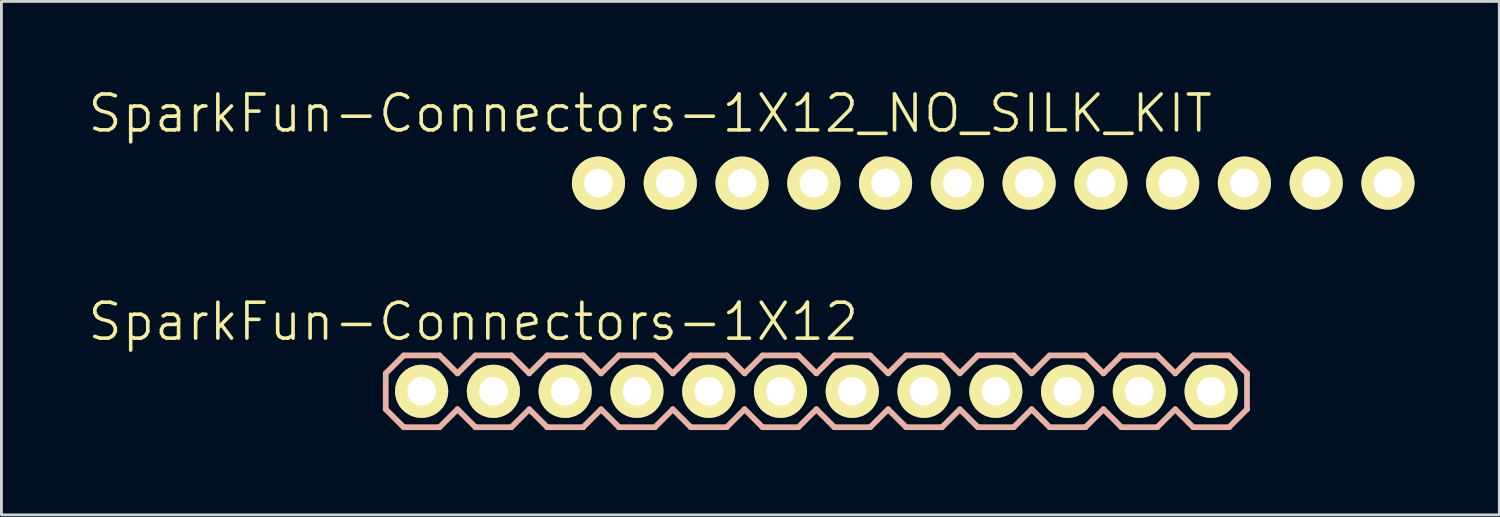
<source format=kicad_pcb>
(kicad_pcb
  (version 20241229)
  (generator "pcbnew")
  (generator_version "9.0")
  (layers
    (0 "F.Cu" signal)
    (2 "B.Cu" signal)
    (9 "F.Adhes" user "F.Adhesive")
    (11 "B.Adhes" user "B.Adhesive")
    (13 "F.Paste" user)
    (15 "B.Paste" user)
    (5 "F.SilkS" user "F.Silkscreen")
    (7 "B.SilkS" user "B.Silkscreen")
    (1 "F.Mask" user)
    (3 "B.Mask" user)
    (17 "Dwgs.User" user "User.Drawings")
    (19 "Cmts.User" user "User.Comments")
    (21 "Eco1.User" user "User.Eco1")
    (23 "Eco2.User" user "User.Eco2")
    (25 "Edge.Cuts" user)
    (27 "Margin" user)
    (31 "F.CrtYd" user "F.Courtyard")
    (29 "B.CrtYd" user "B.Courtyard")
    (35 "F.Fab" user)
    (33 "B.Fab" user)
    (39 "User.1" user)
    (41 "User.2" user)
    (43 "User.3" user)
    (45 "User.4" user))
  (footprint "SparkFun-Connectors-1X12"
    (layer "F.Cu")
    (at 11.872 10.799)
    (property "Reference" "SparkFun-Connectors-1X12" (at 1.829 -2.464 0) (layer "F.SilkS") (effects (font (size 1.27 1.27) (thickness 0.127))))
    (attr exclude_from_pos_files exclude_from_bom)
    (fp_line (start -0.254 -0.254) (end 0.254 -0.254) (stroke (width 0.066) (type solid)) (layer "F.SilkS"))
    (fp_line (start -0.254 0.254) (end -0.254 -0.254) (stroke (width 0.066) (type solid)) (layer "F.SilkS"))
    (fp_line (start -0.254 0.254) (end 0.254 0.254) (stroke (width 0.066) (type solid)) (layer "F.SilkS"))
    (fp_line (start 0.254 0.254) (end 0.254 -0.254) (stroke (width 0.066) (type solid)) (layer "F.SilkS"))
    (fp_line (start 2.286 -0.254) (end 2.794 -0.254) (stroke (width 0.066) (type solid)) (layer "F.SilkS"))
    (fp_line (start 2.286 0.254) (end 2.286 -0.254) (stroke (width 0.066) (type solid)) (layer "F.SilkS"))
    (fp_line (start 2.286 0.254) (end 2.794 0.254) (stroke (width 0.066) (type solid)) (layer "F.SilkS"))
    (fp_line (start 2.794 0.254) (end 2.794 -0.254) (stroke (width 0.066) (type solid)) (layer "F.SilkS"))
    (fp_line (start 4.826 -0.254) (end 5.334 -0.254) (stroke (width 0.066) (type solid)) (layer "F.SilkS"))
    (fp_line (start 4.826 0.254) (end 4.826 -0.254) (stroke (width 0.066) (type solid)) (layer "F.SilkS"))
    (fp_line (start 4.826 0.254) (end 5.334 0.254) (stroke (width 0.066) (type solid)) (layer "F.SilkS"))
    (fp_line (start 5.334 0.254) (end 5.334 -0.254) (stroke (width 0.066) (type solid)) (layer "F.SilkS"))
    (fp_line (start 7.366 -0.254) (end 7.874 -0.254) (stroke (width 0.066) (type solid)) (layer "F.SilkS"))
    (fp_line (start 7.366 0.254) (end 7.366 -0.254) (stroke (width 0.066) (type solid)) (layer "F.SilkS"))
    (fp_line (start 7.366 0.254) (end 7.874 0.254) (stroke (width 0.066) (type solid)) (layer "F.SilkS"))
    (fp_line (start 7.874 0.254) (end 7.874 -0.254) (stroke (width 0.066) (type solid)) (layer "F.SilkS"))
    (fp_line (start 9.906 -0.254) (end 10.414 -0.254) (stroke (width 0.066) (type solid)) (layer "F.SilkS"))
    (fp_line (start 9.906 0.254) (end 9.906 -0.254) (stroke (width 0.066) (type solid)) (layer "F.SilkS"))
    (fp_line (start 9.906 0.254) (end 10.414 0.254) (stroke (width 0.066) (type solid)) (layer "F.SilkS"))
    (fp_line (start 10.414 0.254) (end 10.414 -0.254) (stroke (width 0.066) (type solid)) (layer "F.SilkS"))
    (fp_line (start 12.446 -0.254) (end 12.954 -0.254) (stroke (width 0.066) (type solid)) (layer "F.SilkS"))
    (fp_line (start 12.446 0.254) (end 12.446 -0.254) (stroke (width 0.066) (type solid)) (layer "F.SilkS"))
    (fp_line (start 12.446 0.254) (end 12.954 0.254) (stroke (width 0.066) (type solid)) (layer "F.SilkS"))
    (fp_line (start 12.954 0.254) (end 12.954 -0.254) (stroke (width 0.066) (type solid)) (layer "F.SilkS"))
    (fp_line (start 14.986 -0.254) (end 15.494 -0.254) (stroke (width 0.066) (type solid)) (layer "F.SilkS"))
    (fp_line (start 14.986 0.254) (end 14.986 -0.254) (stroke (width 0.066) (type solid)) (layer "F.SilkS"))
    (fp_line (start 14.986 0.254) (end 15.494 0.254) (stroke (width 0.066) (type solid)) (layer "F.SilkS"))
    (fp_line (start 15.494 0.254) (end 15.494 -0.254) (stroke (width 0.066) (type solid)) (layer "F.SilkS"))
    (fp_line (start 17.523 -0.254) (end 18.034 -0.254) (stroke (width 0.066) (type solid)) (layer "F.SilkS"))
    (fp_line (start 17.523 0.254) (end 17.523 -0.254) (stroke (width 0.066) (type solid)) (layer "F.SilkS"))
    (fp_line (start 17.523 0.254) (end 18.034 0.254) (stroke (width 0.066) (type solid)) (layer "F.SilkS"))
    (fp_line (start 18.034 0.254) (end 18.034 -0.254) (stroke (width 0.066) (type solid)) (layer "F.SilkS"))
    (fp_line (start 20.066 -0.254) (end 20.574 -0.254) (stroke (width 0.066) (type solid)) (layer "F.SilkS"))
    (fp_line (start 20.066 0.254) (end 20.066 -0.254) (stroke (width 0.066) (type solid)) (layer "F.SilkS"))
    (fp_line (start 20.066 0.254) (end 20.574 0.254) (stroke (width 0.066) (type solid)) (layer "F.SilkS"))
    (fp_line (start 20.574 0.254) (end 20.574 -0.254) (stroke (width 0.066) (type solid)) (layer "F.SilkS"))
    (fp_line (start 22.606 -0.254) (end 23.114 -0.254) (stroke (width 0.066) (type solid)) (layer "F.SilkS"))
    (fp_line (start 22.606 0.254) (end 22.606 -0.254) (stroke (width 0.066) (type solid)) (layer "F.SilkS"))
    (fp_line (start 22.606 0.254) (end 23.114 0.254) (stroke (width 0.066) (type solid)) (layer "F.SilkS"))
    (fp_line (start 23.114 0.254) (end 23.114 -0.254) (stroke (width 0.066) (type solid)) (layer "F.SilkS"))
    (fp_line (start 25.146 -0.254) (end 25.654 -0.254) (stroke (width 0.066) (type solid)) (layer "F.SilkS"))
    (fp_line (start 25.146 0.254) (end 25.146 -0.254) (stroke (width 0.066) (type solid)) (layer "F.SilkS"))
    (fp_line (start 25.146 0.254) (end 25.654 0.254) (stroke (width 0.066) (type solid)) (layer "F.SilkS"))
    (fp_line (start 25.654 0.254) (end 25.654 -0.254) (stroke (width 0.066) (type solid)) (layer "F.SilkS"))
    (fp_line (start 27.686 -0.254) (end 28.194 -0.254) (stroke (width 0.066) (type solid)) (layer "F.SilkS"))
    (fp_line (start 27.686 0.254) (end 27.686 -0.254) (stroke (width 0.066) (type solid)) (layer "F.SilkS"))
    (fp_line (start 27.686 0.254) (end 28.194 0.254) (stroke (width 0.066) (type solid)) (layer "F.SilkS"))
    (fp_line (start 28.194 0.254) (end 28.194 -0.254) (stroke (width 0.066) (type solid)) (layer "F.SilkS"))
    (fp_line (start -1.27 -0.635) (end -1.27 0.635) (stroke (width 0.203) (type solid)) (layer "B.SilkS"))
    (fp_line (start -1.27 0.635) (end -0.635 1.27) (stroke (width 0.203) (type solid)) (layer "B.SilkS"))
    (fp_line (start -0.635 -1.27) (end -1.27 -0.635) (stroke (width 0.203) (type solid)) (layer "B.SilkS"))
    (fp_line (start -0.635 -1.27) (end 0.635 -1.27) (stroke (width 0.203) (type solid)) (layer "B.SilkS"))
    (fp_line (start 0.635 -1.27) (end 1.27 -0.635) (stroke (width 0.203) (type solid)) (layer "B.SilkS"))
    (fp_line (start 0.635 1.27) (end -0.635 1.27) (stroke (width 0.203) (type solid)) (layer "B.SilkS"))
    (fp_line (start 1.27 -0.635) (end 1.905 -1.27) (stroke (width 0.203) (type solid)) (layer "B.SilkS"))
    (fp_line (start 1.27 0.635) (end 0.635 1.27) (stroke (width 0.203) (type solid)) (layer "B.SilkS"))
    (fp_line (start 1.905 -1.27) (end 3.175 -1.27) (stroke (width 0.203) (type solid)) (layer "B.SilkS"))
    (fp_line (start 1.905 1.27) (end 1.27 0.635) (stroke (width 0.203) (type solid)) (layer "B.SilkS"))
    (fp_line (start 3.175 -1.27) (end 3.81 -0.635) (stroke (width 0.203) (type solid)) (layer "B.SilkS"))
    (fp_line (start 3.175 1.27) (end 1.905 1.27) (stroke (width 0.203) (type solid)) (layer "B.SilkS"))
    (fp_line (start 3.81 -0.635) (end 4.445 -1.27) (stroke (width 0.203) (type solid)) (layer "B.SilkS"))
    (fp_line (start 3.81 0.635) (end 3.175 1.27) (stroke (width 0.203) (type solid)) (layer "B.SilkS"))
    (fp_line (start 4.445 -1.27) (end 5.715 -1.27) (stroke (width 0.203) (type solid)) (layer "B.SilkS"))
    (fp_line (start 4.445 1.27) (end 3.81 0.635) (stroke (width 0.203) (type solid)) (layer "B.SilkS"))
    (fp_line (start 5.715 -1.27) (end 6.35 -0.635) (stroke (width 0.203) (type solid)) (layer "B.SilkS"))
    (fp_line (start 5.715 1.27) (end 4.445 1.27) (stroke (width 0.203) (type solid)) (layer "B.SilkS"))
    (fp_line (start 6.35 0.635) (end 5.715 1.27) (stroke (width 0.203) (type solid)) (layer "B.SilkS"))
    (fp_line (start 6.35 0.635) (end 6.985 1.27) (stroke (width 0.203) (type solid)) (layer "B.SilkS"))
    (fp_line (start 6.985 -1.27) (end 6.35 -0.635) (stroke (width 0.203) (type solid)) (layer "B.SilkS"))
    (fp_line (start 6.985 -1.27) (end 8.255 -1.27) (stroke (width 0.203) (type solid)) (layer "B.SilkS"))
    (fp_line (start 8.255 -1.27) (end 8.89 -0.635) (stroke (width 0.203) (type solid)) (layer "B.SilkS"))
    (fp_line (start 8.255 1.27) (end 6.985 1.27) (stroke (width 0.203) (type solid)) (layer "B.SilkS"))
    (fp_line (start 8.89 -0.635) (end 9.525 -1.27) (stroke (width 0.203) (type solid)) (layer "B.SilkS"))
    (fp_line (start 8.89 0.635) (end 8.255 1.27) (stroke (width 0.203) (type solid)) (layer "B.SilkS"))
    (fp_line (start 9.525 -1.27) (end 10.795 -1.27) (stroke (width 0.203) (type solid)) (layer "B.SilkS"))
    (fp_line (start 9.525 1.27) (end 8.89 0.635) (stroke (width 0.203) (type solid)) (layer "B.SilkS"))
    (fp_line (start 10.795 -1.27) (end 11.43 -0.635) (stroke (width 0.203) (type solid)) (layer "B.SilkS"))
    (fp_line (start 10.795 1.27) (end 9.525 1.27) (stroke (width 0.203) (type solid)) (layer "B.SilkS"))
    (fp_line (start 11.43 -0.635) (end 12.065 -1.27) (stroke (width 0.203) (type solid)) (layer "B.SilkS"))
    (fp_line (start 11.43 0.635) (end 10.795 1.27) (stroke (width 0.203) (type solid)) (layer "B.SilkS"))
    (fp_line (start 12.065 -1.27) (end 13.335 -1.27) (stroke (width 0.203) (type solid)) (layer "B.SilkS"))
    (fp_line (start 12.065 1.27) (end 11.43 0.635) (stroke (width 0.203) (type solid)) (layer "B.SilkS"))
    (fp_line (start 13.335 -1.27) (end 13.97 -0.635) (stroke (width 0.203) (type solid)) (layer "B.SilkS"))
    (fp_line (start 13.335 1.27) (end 12.065 1.27) (stroke (width 0.203) (type solid)) (layer "B.SilkS"))
    (fp_line (start 13.97 0.635) (end 13.335 1.27) (stroke (width 0.203) (type solid)) (layer "B.SilkS"))
    (fp_line (start 13.97 0.635) (end 14.605 1.27) (stroke (width 0.203) (type solid)) (layer "B.SilkS"))
    (fp_line (start 14.605 -1.27) (end 13.97 -0.635) (stroke (width 0.203) (type solid)) (layer "B.SilkS"))
    (fp_line (start 14.605 -1.27) (end 15.875 -1.27) (stroke (width 0.203) (type solid)) (layer "B.SilkS"))
    (fp_line (start 15.875 -1.27) (end 16.51 -0.635) (stroke (width 0.203) (type solid)) (layer "B.SilkS"))
    (fp_line (start 15.875 1.27) (end 14.605 1.27) (stroke (width 0.203) (type solid)) (layer "B.SilkS"))
    (fp_line (start 16.51 0.635) (end 15.875 1.27) (stroke (width 0.203) (type solid)) (layer "B.SilkS"))
    (fp_line (start 16.51 0.635) (end 17.145 1.27) (stroke (width 0.203) (type solid)) (layer "B.SilkS"))
    (fp_line (start 17.145 -1.27) (end 16.51 -0.635) (stroke (width 0.203) (type solid)) (layer "B.SilkS"))
    (fp_line (start 17.145 -1.27) (end 18.415 -1.27) (stroke (width 0.203) (type solid)) (layer "B.SilkS"))
    (fp_line (start 18.415 -1.27) (end 19.05 -0.635) (stroke (width 0.203) (type solid)) (layer "B.SilkS"))
    (fp_line (start 18.415 1.27) (end 17.145 1.27) (stroke (width 0.203) (type solid)) (layer "B.SilkS"))
    (fp_line (start 19.05 0.635) (end 18.415 1.27) (stroke (width 0.203) (type solid)) (layer "B.SilkS"))
    (fp_line (start 19.05 0.635) (end 19.685 1.27) (stroke (width 0.203) (type solid)) (layer "B.SilkS"))
    (fp_line (start 19.685 -1.27) (end 19.05 -0.635) (stroke (width 0.203) (type solid)) (layer "B.SilkS"))
    (fp_line (start 19.685 -1.27) (end 20.955 -1.27) (stroke (width 0.203) (type solid)) (layer "B.SilkS"))
    (fp_line (start 20.955 -1.27) (end 21.59 -0.635) (stroke (width 0.203) (type solid)) (layer "B.SilkS"))
    (fp_line (start 20.955 1.27) (end 19.685 1.27) (stroke (width 0.203) (type solid)) (layer "B.SilkS"))
    (fp_line (start 21.59 0.635) (end 20.955 1.27) (stroke (width 0.203) (type solid)) (layer "B.SilkS"))
    (fp_line (start 21.59 0.635) (end 22.225 1.27) (stroke (width 0.203) (type solid)) (layer "B.SilkS"))
    (fp_line (start 22.225 -1.27) (end 21.59 -0.635) (stroke (width 0.203) (type solid)) (layer "B.SilkS"))
    (fp_line (start 22.225 -1.27) (end 23.495 -1.27) (stroke (width 0.203) (type solid)) (layer "B.SilkS"))
    (fp_line (start 23.495 -1.27) (end 24.13 -0.635) (stroke (width 0.203) (type solid)) (layer "B.SilkS"))
    (fp_line (start 23.495 1.27) (end 22.225 1.27) (stroke (width 0.203) (type solid)) (layer "B.SilkS"))
    (fp_line (start 24.13 0.635) (end 23.495 1.27) (stroke (width 0.203) (type solid)) (layer "B.SilkS"))
    (fp_line (start 24.13 0.635) (end 24.765 1.27) (stroke (width 0.203) (type solid)) (layer "B.SilkS"))
    (fp_line (start 24.765 -1.27) (end 24.13 -0.635) (stroke (width 0.203) (type solid)) (layer "B.SilkS"))
    (fp_line (start 24.765 -1.27) (end 26.035 -1.27) (stroke (width 0.203) (type solid)) (layer "B.SilkS"))
    (fp_line (start 26.035 -1.27) (end 26.67 -0.635) (stroke (width 0.203) (type solid)) (layer "B.SilkS"))
    (fp_line (start 26.035 1.27) (end 24.765 1.27) (stroke (width 0.203) (type solid)) (layer "B.SilkS"))
    (fp_line (start 26.67 0.635) (end 26.035 1.27) (stroke (width 0.203) (type solid)) (layer "B.SilkS"))
    (fp_line (start 26.67 0.635) (end 27.305 1.27) (stroke (width 0.203) (type solid)) (layer "B.SilkS"))
    (fp_line (start 27.305 -1.27) (end 26.67 -0.635) (stroke (width 0.203) (type solid)) (layer "B.SilkS"))
    (fp_line (start 27.305 -1.27) (end 28.575 -1.27) (stroke (width 0.203) (type solid)) (layer "B.SilkS"))
    (fp_line (start 28.575 -1.27) (end 29.21 -0.635) (stroke (width 0.203) (type solid)) (layer "B.SilkS"))
    (fp_line (start 28.575 1.27) (end 27.305 1.27) (stroke (width 0.203) (type solid)) (layer "B.SilkS"))
    (fp_line (start 29.21 -0.635) (end 29.21 0.635) (stroke (width 0.203) (type solid)) (layer "B.SilkS"))
    (fp_line (start 29.21 0.635) (end 28.575 1.27) (stroke (width 0.203) (type solid)) (layer "B.SilkS"))
    (pad "1" thru_hole circle (at 0 0) (size 1.88 1.88) (drill 1.016) (layers "*.Cu" "F.Mask" "F.SilkS" "F.Paste"))
    (pad "2" thru_hole circle (at 2.54 0) (size 1.88 1.88) (drill 1.016) (layers "*.Cu" "F.Mask" "F.SilkS" "F.Paste"))
    (pad "3" thru_hole circle (at 5.08 0) (size 1.88 1.88) (drill 1.016) (layers "*.Cu" "F.Mask" "F.SilkS" "F.Paste"))
    (pad "4" thru_hole circle (at 7.62 0) (size 1.88 1.88) (drill 1.016) (layers "*.Cu" "F.Mask" "F.SilkS" "F.Paste"))
    (pad "5" thru_hole circle (at 10.16 0) (size 1.88 1.88) (drill 1.016) (layers "*.Cu" "F.Mask" "F.SilkS" "F.Paste"))
    (pad "6" thru_hole circle (at 12.7 0) (size 1.88 1.88) (drill 1.016) (layers "*.Cu" "F.Mask" "F.SilkS" "F.Paste"))
    (pad "7" thru_hole circle (at 15.24 0) (size 1.88 1.88) (drill 1.016) (layers "*.Cu" "F.Mask" "F.SilkS" "F.Paste"))
    (pad "8" thru_hole circle (at 17.78 0) (size 1.88 1.88) (drill 1.016) (layers "*.Cu" "F.Mask" "F.SilkS" "F.Paste"))
    (pad "9" thru_hole circle (at 20.32 0) (size 1.88 1.88) (drill 1.016) (layers "*.Cu" "F.Mask" "F.SilkS" "F.Paste"))
    (pad "10" thru_hole circle (at 22.86 0) (size 1.88 1.88) (drill 1.016) (layers "*.Cu" "F.Mask" "F.SilkS" "F.Paste"))
    (pad "11" thru_hole circle (at 25.4 0) (size 1.88 1.88) (drill 1.016) (layers "*.Cu" "F.Mask" "F.SilkS" "F.Paste"))
    (pad "12" thru_hole circle (at 27.94 0) (size 1.88 1.88) (drill 1.016) (layers "*.Cu" "F.Mask" "F.SilkS" "F.Paste")))
  (footprint "SparkFun-Connectors-1X12_NO_SILK_KIT"
    (layer "F.Cu")
    (at 18.131 3.43)
    (property "Reference" "SparkFun-Connectors-1X12_NO_SILK_KIT" (at 1.829 -2.464 0) (layer "F.SilkS") (effects (font (size 1.27 1.27) (thickness 0.127))))
    (attr exclude_from_pos_files exclude_from_bom)
    (fp_circle (center 0 0) (end -0.475 0.475) (stroke (width 0) (type solid)) (fill yes) (layer "F.SilkS"))
    (fp_circle (center 0 0) (end -0.254 0.254) (stroke (width 0) (type solid)) (fill yes) (layer "F.SilkS"))
    (fp_circle (center 2.54 0) (end 2.794 0.254) (stroke (width 0) (type solid)) (fill yes) (layer "F.SilkS"))
    (fp_circle (center 2.54 0) (end 3.015 0.475) (stroke (width 0) (type solid)) (fill yes) (layer "F.SilkS"))
    (fp_circle (center 5.08 0) (end 5.334 0.254) (stroke (width 0) (type solid)) (fill yes) (layer "F.SilkS"))
    (fp_circle (center 5.08 0) (end 5.555 0.475) (stroke (width 0) (type solid)) (fill yes) (layer "F.SilkS"))
    (fp_circle (center 7.62 0) (end 7.874 0.254) (stroke (width 0) (type solid)) (fill yes) (layer "F.SilkS"))
    (fp_circle (center 7.62 0) (end 8.095 0.475) (stroke (width 0) (type solid)) (fill yes) (layer "F.SilkS"))
    (fp_circle (center 10.16 0) (end 10.414 0.254) (stroke (width 0) (type solid)) (fill yes) (layer "F.SilkS"))
    (fp_circle (center 10.16 0) (end 10.635 0.475) (stroke (width 0) (type solid)) (fill yes) (layer "F.SilkS"))
    (fp_circle (center 12.7 0) (end 12.954 0.254) (stroke (width 0) (type solid)) (fill yes) (layer "F.SilkS"))
    (fp_circle (center 12.7 0) (end 13.175 0.475) (stroke (width 0) (type solid)) (fill yes) (layer "F.SilkS"))
    (fp_circle (center 15.24 0) (end 15.494 0.254) (stroke (width 0) (type solid)) (fill yes) (layer "F.SilkS"))
    (fp_circle (center 15.24 0) (end 15.715 0.475) (stroke (width 0) (type solid)) (fill yes) (layer "F.SilkS"))
    (fp_circle (center 17.78 0) (end 18.034 0.254) (stroke (width 0) (type solid)) (fill yes) (layer "F.SilkS"))
    (fp_circle (center 17.78 0) (end 18.255 0.475) (stroke (width 0) (type solid)) (fill yes) (layer "F.SilkS"))
    (fp_circle (center 20.32 0) (end 20.574 0.254) (stroke (width 0) (type solid)) (fill yes) (layer "F.SilkS"))
    (fp_circle (center 20.32 0) (end 20.795 0.475) (stroke (width 0) (type solid)) (fill yes) (layer "F.SilkS"))
    (fp_circle (center 22.86 0) (end 23.114 0.254) (stroke (width 0) (type solid)) (fill yes) (layer "F.SilkS"))
    (fp_circle (center 22.86 0) (end 23.335 0.475) (stroke (width 0) (type solid)) (fill yes) (layer "F.SilkS"))
    (fp_circle (center 25.4 0) (end 25.654 0.254) (stroke (width 0) (type solid)) (fill yes) (layer "F.SilkS"))
    (fp_circle (center 25.4 0) (end 25.875 0.475) (stroke (width 0) (type solid)) (fill yes) (layer "F.SilkS"))
    (fp_circle (center 27.94 0) (end 28.194 0.254) (stroke (width 0) (type solid)) (fill yes) (layer "F.SilkS"))
    (fp_circle (center 27.94 0) (end 28.415 0.475) (stroke (width 0) (type solid)) (fill yes) (layer "F.SilkS"))
    (pad "1" thru_hole circle (at 0 0) (size 1.88 1.88) (drill 1.016) (layers "*.Cu" "F.Mask" "F.SilkS" "F.Paste"))
    (pad "2" thru_hole circle (at 2.54 0) (size 1.88 1.88) (drill 1.016) (layers "*.Cu" "F.Mask" "F.SilkS" "F.Paste"))
    (pad "3" thru_hole circle (at 5.08 0) (size 1.88 1.88) (drill 1.016) (layers "*.Cu" "F.Mask" "F.SilkS" "F.Paste"))
    (pad "4" thru_hole circle (at 7.62 0) (size 1.88 1.88) (drill 1.016) (layers "*.Cu" "F.Mask" "F.SilkS" "F.Paste"))
    (pad "5" thru_hole circle (at 10.16 0) (size 1.88 1.88) (drill 1.016) (layers "*.Cu" "F.Mask" "F.SilkS" "F.Paste"))
    (pad "6" thru_hole circle (at 12.7 0) (size 1.88 1.88) (drill 1.016) (layers "*.Cu" "F.Mask" "F.SilkS" "F.Paste"))
    (pad "7" thru_hole circle (at 15.24 0) (size 1.88 1.88) (drill 1.016) (layers "*.Cu" "F.Mask" "F.SilkS" "F.Paste"))
    (pad "8" thru_hole circle (at 17.78 0) (size 1.88 1.88) (drill 1.016) (layers "*.Cu" "F.Mask" "F.SilkS" "F.Paste"))
    (pad "9" thru_hole circle (at 20.32 0) (size 1.88 1.88) (drill 1.016) (layers "*.Cu" "F.Mask" "F.SilkS" "F.Paste"))
    (pad "10" thru_hole circle (at 22.86 0) (size 1.88 1.88) (drill 1.016) (layers "*.Cu" "F.Mask" "F.SilkS" "F.Paste"))
    (pad "11" thru_hole circle (at 25.4 0) (size 1.88 1.88) (drill 1.016) (layers "*.Cu" "F.Mask" "F.SilkS" "F.Paste"))
    (pad "12" thru_hole circle (at 27.94 0) (size 1.88 1.88) (drill 1.016) (layers "*.Cu" "F.Mask" "F.SilkS" "F.Paste")))
  (gr_rect
    (start -3 -3)
    (end 50.011 15.171)
    (stroke (width 0.1) (type default))
    (fill no)
    (layer "Edge.Cuts")))
</source>
